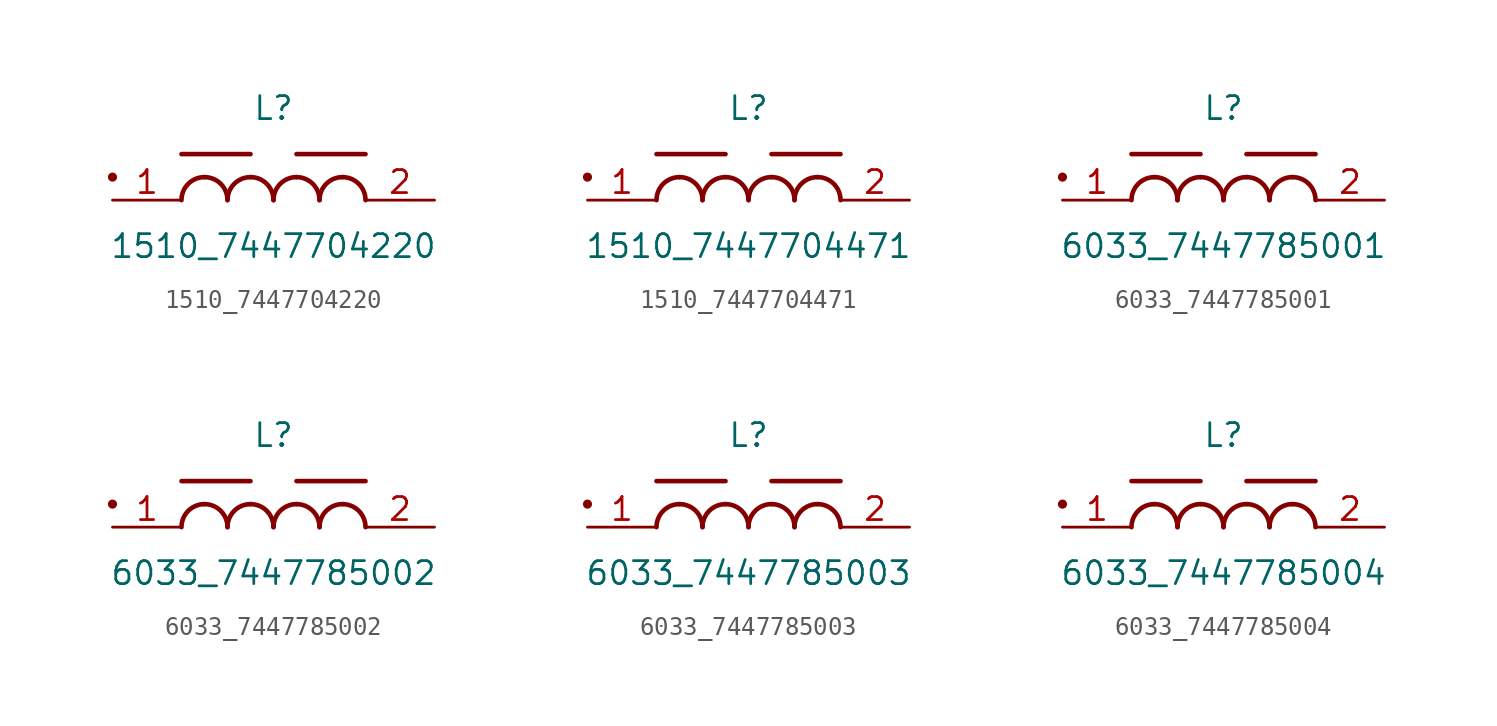
<source format=kicad_sym>
(kicad_symbol_lib
  (version 20211014)
  (generator kicad_symbol_editor)
  (symbol "Inductor_Wurth_WE-PD:1510_7447704220"
    (pin_names hide)
    (property "Reference" "L"
      (at 0 5.08 0)
      (effects (font (size 1.27 1.27))))
    (property "Value" "1510_7447704220"
      (at 0 -2.54 0)
      (effects (font (size 1.27 1.27))))
    (symbol "1510_7447704220_0_1"
      (circle (center -8.89 1.27) (radius 0.0001) (stroke (width 0.254)) (stroke (width 0.254) (type default) (color 0 0 0 0)) (fill (type none)))
      (arc (start -3.81 1.27) (mid -4.708 0.898) (end -5.08 0) (stroke (width 0.254) (type default) (color 0 0 0 0)) (fill (type none)))
      (arc (start -2.54 0) (mid -2.912 0.898) (end -3.81 1.27) (stroke (width 0.254) (type default) (color 0 0 0 0)) (fill (type none)))
      (arc (start -1.2699 1.2701) (mid -2.1679 0.8981) (end -2.5399 0.0001) (stroke (width 0.254) (type default) (color 0 0 0 0)) (fill (type none)))
      (polyline (pts (xy -5.08 2.54) (xy -1.27 2.54)) (stroke (width 0.254) (type default) (color 0 0 0 0)) (fill (type none)))
      (polyline (pts (xy 5.08 2.54) (xy 1.27 2.54)) (stroke (width 0.254) (type default) (color 0 0 0 0)) (fill (type none)))
      (arc (start 0.0001 0.0001) (mid -0.3719 0.8981) (end -1.2699 1.2701) (stroke (width 0.254) (type default) (color 0 0 0 0)) (fill (type none)))
      (arc (start 1.2701 1.2701) (mid 0.3721 0.8981) (end 0.0001 0.0001) (stroke (width 0.254) (type default) (color 0 0 0 0)) (fill (type none)))
      (arc (start 2.5401 0.0001) (mid 2.1681 0.8981) (end 1.2701 1.2701) (stroke (width 0.254) (type default) (color 0 0 0 0)) (fill (type none)))
      (arc (start 3.8101 1.2701) (mid 2.9121 0.8981) (end 2.5401 0.0001) (stroke (width 0.254) (type default) (color 0 0 0 0)) (fill (type none)))
      (arc (start 5.0801 0.0001) (mid 4.7081 0.8981) (end 3.8101 1.2701) (stroke (width 0.254) (type default) (color 0 0 0 0)) (fill (type none))))
    (symbol "1510_7447704220_1_1"
      (pin passive line (at -8.89 0 0) (length 3.81) (name "1" (effects (font (size 1.27 1.27)))) (number "1" (effects (font (size 1.27 1.27)))))
      (pin passive line (at 8.89 0 180) (length 3.81) (name "2" (effects (font (size 1.27 1.27)))) (number "2" (effects (font (size 1.27 1.27)))))))
  (symbol "Inductor_Wurth_WE-PD:1510_7447704471"
    (pin_names hide)
    (property "Reference" "L"
      (at 0 5.08 0)
      (effects (font (size 1.27 1.27))))
    (property "Value" "1510_7447704471"
      (at 0 -2.54 0)
      (effects (font (size 1.27 1.27))))
    (symbol "1510_7447704471_0_1"
      (circle (center -8.89 1.27) (radius 0.0001) (stroke (width 0.254)) (stroke (width 0.254) (type default) (color 0 0 0 0)) (fill (type none)))
      (arc (start -3.81 1.27) (mid -4.708 0.898) (end -5.08 0) (stroke (width 0.254) (type default) (color 0 0 0 0)) (fill (type none)))
      (arc (start -2.54 0) (mid -2.912 0.898) (end -3.81 1.27) (stroke (width 0.254) (type default) (color 0 0 0 0)) (fill (type none)))
      (arc (start -1.2699 1.2701) (mid -2.1679 0.8981) (end -2.5399 0.0001) (stroke (width 0.254) (type default) (color 0 0 0 0)) (fill (type none)))
      (polyline (pts (xy -5.08 2.54) (xy -1.27 2.54)) (stroke (width 0.254) (type default) (color 0 0 0 0)) (fill (type none)))
      (polyline (pts (xy 5.08 2.54) (xy 1.27 2.54)) (stroke (width 0.254) (type default) (color 0 0 0 0)) (fill (type none)))
      (arc (start 0.0001 0.0001) (mid -0.3719 0.8981) (end -1.2699 1.2701) (stroke (width 0.254) (type default) (color 0 0 0 0)) (fill (type none)))
      (arc (start 1.2701 1.2701) (mid 0.3721 0.8981) (end 0.0001 0.0001) (stroke (width 0.254) (type default) (color 0 0 0 0)) (fill (type none)))
      (arc (start 2.5401 0.0001) (mid 2.1681 0.8981) (end 1.2701 1.2701) (stroke (width 0.254) (type default) (color 0 0 0 0)) (fill (type none)))
      (arc (start 3.8101 1.2701) (mid 2.9121 0.8981) (end 2.5401 0.0001) (stroke (width 0.254) (type default) (color 0 0 0 0)) (fill (type none)))
      (arc (start 5.0801 0.0001) (mid 4.7081 0.8981) (end 3.8101 1.2701) (stroke (width 0.254) (type default) (color 0 0 0 0)) (fill (type none))))
    (symbol "1510_7447704471_1_1"
      (pin passive line (at -8.89 0 0) (length 3.81) (name "1" (effects (font (size 1.27 1.27)))) (number "1" (effects (font (size 1.27 1.27)))))
      (pin passive line (at 8.89 0 180) (length 3.81) (name "2" (effects (font (size 1.27 1.27)))) (number "2" (effects (font (size 1.27 1.27)))))))
  (symbol "Inductor_Wurth_WE-PD:6033_7447785001"
    (pin_names hide)
    (property "Reference" "L"
      (at 0 5.08 0)
      (effects (font (size 1.27 1.27))))
    (property "Value" "6033_7447785001"
      (at 0 -2.54 0)
      (effects (font (size 1.27 1.27))))
    (symbol "6033_7447785001_0_1"
      (circle (center -8.89 1.27) (radius 0.0001) (stroke (width 0.254)) (stroke (width 0.254) (type default) (color 0 0 0 0)) (fill (type none)))
      (arc (start -3.81 1.27) (mid -4.708 0.898) (end -5.08 0) (stroke (width 0.254) (type default) (color 0 0 0 0)) (fill (type none)))
      (arc (start -2.54 0) (mid -2.912 0.898) (end -3.81 1.27) (stroke (width 0.254) (type default) (color 0 0 0 0)) (fill (type none)))
      (arc (start -1.2699 1.2701) (mid -2.1679 0.8981) (end -2.5399 0.0001) (stroke (width 0.254) (type default) (color 0 0 0 0)) (fill (type none)))
      (polyline (pts (xy -5.08 2.54) (xy -1.27 2.54)) (stroke (width 0.254) (type default) (color 0 0 0 0)) (fill (type none)))
      (polyline (pts (xy 5.08 2.54) (xy 1.27 2.54)) (stroke (width 0.254) (type default) (color 0 0 0 0)) (fill (type none)))
      (arc (start 0.0001 0.0001) (mid -0.3719 0.8981) (end -1.2699 1.2701) (stroke (width 0.254) (type default) (color 0 0 0 0)) (fill (type none)))
      (arc (start 1.2701 1.2701) (mid 0.3721 0.8981) (end 0.0001 0.0001) (stroke (width 0.254) (type default) (color 0 0 0 0)) (fill (type none)))
      (arc (start 2.5401 0.0001) (mid 2.1681 0.8981) (end 1.2701 1.2701) (stroke (width 0.254) (type default) (color 0 0 0 0)) (fill (type none)))
      (arc (start 3.8101 1.2701) (mid 2.9121 0.8981) (end 2.5401 0.0001) (stroke (width 0.254) (type default) (color 0 0 0 0)) (fill (type none)))
      (arc (start 5.0801 0.0001) (mid 4.7081 0.8981) (end 3.8101 1.2701) (stroke (width 0.254) (type default) (color 0 0 0 0)) (fill (type none))))
    (symbol "6033_7447785001_1_1"
      (pin passive line (at -8.89 0 0) (length 3.81) (name "1" (effects (font (size 1.27 1.27)))) (number "1" (effects (font (size 1.27 1.27)))))
      (pin passive line (at 8.89 0 180) (length 3.81) (name "2" (effects (font (size 1.27 1.27)))) (number "2" (effects (font (size 1.27 1.27)))))))
  (symbol "Inductor_Wurth_WE-PD:6033_7447785002"
    (pin_names hide)
    (property "Reference" "L"
      (at 0 5.08 0)
      (effects (font (size 1.27 1.27))))
    (property "Value" "6033_7447785002"
      (at 0 -2.54 0)
      (effects (font (size 1.27 1.27))))
    (symbol "6033_7447785002_0_1"
      (circle (center -8.89 1.27) (radius 0.0001) (stroke (width 0.254)) (stroke (width 0.254) (type default) (color 0 0 0 0)) (fill (type none)))
      (arc (start -3.81 1.27) (mid -4.708 0.898) (end -5.08 0) (stroke (width 0.254) (type default) (color 0 0 0 0)) (fill (type none)))
      (arc (start -2.54 0) (mid -2.912 0.898) (end -3.81 1.27) (stroke (width 0.254) (type default) (color 0 0 0 0)) (fill (type none)))
      (arc (start -1.2699 1.2701) (mid -2.1679 0.8981) (end -2.5399 0.0001) (stroke (width 0.254) (type default) (color 0 0 0 0)) (fill (type none)))
      (polyline (pts (xy -5.08 2.54) (xy -1.27 2.54)) (stroke (width 0.254) (type default) (color 0 0 0 0)) (fill (type none)))
      (polyline (pts (xy 5.08 2.54) (xy 1.27 2.54)) (stroke (width 0.254) (type default) (color 0 0 0 0)) (fill (type none)))
      (arc (start 0.0001 0.0001) (mid -0.3719 0.8981) (end -1.2699 1.2701) (stroke (width 0.254) (type default) (color 0 0 0 0)) (fill (type none)))
      (arc (start 1.2701 1.2701) (mid 0.3721 0.8981) (end 0.0001 0.0001) (stroke (width 0.254) (type default) (color 0 0 0 0)) (fill (type none)))
      (arc (start 2.5401 0.0001) (mid 2.1681 0.8981) (end 1.2701 1.2701) (stroke (width 0.254) (type default) (color 0 0 0 0)) (fill (type none)))
      (arc (start 3.8101 1.2701) (mid 2.9121 0.8981) (end 2.5401 0.0001) (stroke (width 0.254) (type default) (color 0 0 0 0)) (fill (type none)))
      (arc (start 5.0801 0.0001) (mid 4.7081 0.8981) (end 3.8101 1.2701) (stroke (width 0.254) (type default) (color 0 0 0 0)) (fill (type none))))
    (symbol "6033_7447785002_1_1"
      (pin passive line (at -8.89 0 0) (length 3.81) (name "1" (effects (font (size 1.27 1.27)))) (number "1" (effects (font (size 1.27 1.27)))))
      (pin passive line (at 8.89 0 180) (length 3.81) (name "2" (effects (font (size 1.27 1.27)))) (number "2" (effects (font (size 1.27 1.27)))))))
  (symbol "Inductor_Wurth_WE-PD:6033_7447785003"
    (pin_names hide)
    (property "Reference" "L"
      (at 0 5.08 0)
      (effects (font (size 1.27 1.27))))
    (property "Value" "6033_7447785003"
      (at 0 -2.54 0)
      (effects (font (size 1.27 1.27))))
    (symbol "6033_7447785003_0_1"
      (circle (center -8.89 1.27) (radius 0.0001) (stroke (width 0.254)) (stroke (width 0.254) (type default) (color 0 0 0 0)) (fill (type none)))
      (arc (start -3.81 1.27) (mid -4.708 0.898) (end -5.08 0) (stroke (width 0.254) (type default) (color 0 0 0 0)) (fill (type none)))
      (arc (start -2.54 0) (mid -2.912 0.898) (end -3.81 1.27) (stroke (width 0.254) (type default) (color 0 0 0 0)) (fill (type none)))
      (arc (start -1.2699 1.2701) (mid -2.1679 0.8981) (end -2.5399 0.0001) (stroke (width 0.254) (type default) (color 0 0 0 0)) (fill (type none)))
      (polyline (pts (xy -5.08 2.54) (xy -1.27 2.54)) (stroke (width 0.254) (type default) (color 0 0 0 0)) (fill (type none)))
      (polyline (pts (xy 5.08 2.54) (xy 1.27 2.54)) (stroke (width 0.254) (type default) (color 0 0 0 0)) (fill (type none)))
      (arc (start 0.0001 0.0001) (mid -0.3719 0.8981) (end -1.2699 1.2701) (stroke (width 0.254) (type default) (color 0 0 0 0)) (fill (type none)))
      (arc (start 1.2701 1.2701) (mid 0.3721 0.8981) (end 0.0001 0.0001) (stroke (width 0.254) (type default) (color 0 0 0 0)) (fill (type none)))
      (arc (start 2.5401 0.0001) (mid 2.1681 0.8981) (end 1.2701 1.2701) (stroke (width 0.254) (type default) (color 0 0 0 0)) (fill (type none)))
      (arc (start 3.8101 1.2701) (mid 2.9121 0.8981) (end 2.5401 0.0001) (stroke (width 0.254) (type default) (color 0 0 0 0)) (fill (type none)))
      (arc (start 5.0801 0.0001) (mid 4.7081 0.8981) (end 3.8101 1.2701) (stroke (width 0.254) (type default) (color 0 0 0 0)) (fill (type none))))
    (symbol "6033_7447785003_1_1"
      (pin passive line (at -8.89 0 0) (length 3.81) (name "1" (effects (font (size 1.27 1.27)))) (number "1" (effects (font (size 1.27 1.27)))))
      (pin passive line (at 8.89 0 180) (length 3.81) (name "2" (effects (font (size 1.27 1.27)))) (number "2" (effects (font (size 1.27 1.27)))))))
  (symbol "Inductor_Wurth_WE-PD:6033_7447785004"
    (pin_names hide)
    (property "Reference" "L"
      (at 0 5.08 0)
      (effects (font (size 1.27 1.27))))
    (property "Value" "6033_7447785004"
      (at 0 -2.54 0)
      (effects (font (size 1.27 1.27))))
    (symbol "6033_7447785004_0_1"
      (circle (center -8.89 1.27) (radius 0.0001) (stroke (width 0.254)) (stroke (width 0.254) (type default) (color 0 0 0 0)) (fill (type none)))
      (arc (start -3.81 1.27) (mid -4.708 0.898) (end -5.08 0) (stroke (width 0.254) (type default) (color 0 0 0 0)) (fill (type none)))
      (arc (start -2.54 0) (mid -2.912 0.898) (end -3.81 1.27) (stroke (width 0.254) (type default) (color 0 0 0 0)) (fill (type none)))
      (arc (start -1.2699 1.2701) (mid -2.1679 0.8981) (end -2.5399 0.0001) (stroke (width 0.254) (type default) (color 0 0 0 0)) (fill (type none)))
      (polyline (pts (xy -5.08 2.54) (xy -1.27 2.54)) (stroke (width 0.254) (type default) (color 0 0 0 0)) (fill (type none)))
      (polyline (pts (xy 5.08 2.54) (xy 1.27 2.54)) (stroke (width 0.254) (type default) (color 0 0 0 0)) (fill (type none)))
      (arc (start 0.0001 0.0001) (mid -0.3719 0.8981) (end -1.2699 1.2701) (stroke (width 0.254) (type default) (color 0 0 0 0)) (fill (type none)))
      (arc (start 1.2701 1.2701) (mid 0.3721 0.8981) (end 0.0001 0.0001) (stroke (width 0.254) (type default) (color 0 0 0 0)) (fill (type none)))
      (arc (start 2.5401 0.0001) (mid 2.1681 0.8981) (end 1.2701 1.2701) (stroke (width 0.254) (type default) (color 0 0 0 0)) (fill (type none)))
      (arc (start 3.8101 1.2701) (mid 2.9121 0.8981) (end 2.5401 0.0001) (stroke (width 0.254) (type default) (color 0 0 0 0)) (fill (type none)))
      (arc (start 5.0801 0.0001) (mid 4.7081 0.8981) (end 3.8101 1.2701) (stroke (width 0.254) (type default) (color 0 0 0 0)) (fill (type none))))
    (symbol "6033_7447785004_1_1"
      (pin passive line (at -8.89 0 0) (length 3.81) (name "1" (effects (font (size 1.27 1.27)))) (number "1" (effects (font (size 1.27 1.27)))))
      (pin passive line (at 8.89 0 180) (length 3.81) (name "2" (effects (font (size 1.27 1.27)))) (number "2" (effects (font (size 1.27 1.27))))))))
</source>
